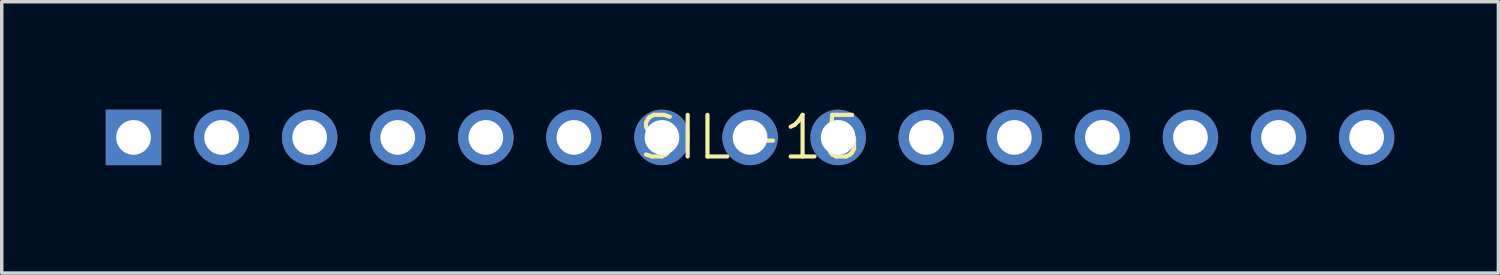
<source format=kicad_pcb>
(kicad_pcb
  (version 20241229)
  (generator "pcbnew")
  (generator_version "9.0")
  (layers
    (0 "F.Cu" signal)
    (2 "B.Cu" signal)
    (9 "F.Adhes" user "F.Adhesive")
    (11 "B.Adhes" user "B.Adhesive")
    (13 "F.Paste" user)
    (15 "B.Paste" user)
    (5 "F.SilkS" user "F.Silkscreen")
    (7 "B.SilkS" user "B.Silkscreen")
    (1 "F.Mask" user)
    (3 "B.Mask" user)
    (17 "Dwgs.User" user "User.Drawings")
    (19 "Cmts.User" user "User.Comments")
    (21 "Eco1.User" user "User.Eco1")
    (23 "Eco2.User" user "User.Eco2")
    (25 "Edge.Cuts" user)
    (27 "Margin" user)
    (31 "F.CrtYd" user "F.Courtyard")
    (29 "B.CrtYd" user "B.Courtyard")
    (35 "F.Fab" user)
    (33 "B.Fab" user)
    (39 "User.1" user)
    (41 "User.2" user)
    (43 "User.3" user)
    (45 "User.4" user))
  (footprint "SIL-15"
    (layer "F.Cu")
    (at 18.58 0.913)
    (property "Reference" "SIL-15" (at 0 0 0) (layer "F.SilkS") (effects (font (size 1.2 1.2) (thickness 0.12))))
    (attr through_hole)
    (pad "1" thru_hole rect (at -17.78 0) (size 1.6 1.6) (drill 1) (layers "*.Cu" "*.Mask"))
    (pad "2" thru_hole circle (at -15.24 0) (size 1.6 1.6) (drill 1) (layers "*.Cu" "*.Mask"))
    (pad "3" thru_hole circle (at -12.7 0) (size 1.6 1.6) (drill 1) (layers "*.Cu" "*.Mask"))
    (pad "4" thru_hole circle (at -10.16 0) (size 1.6 1.6) (drill 1) (layers "*.Cu" "*.Mask"))
    (pad "5" thru_hole circle (at -7.62 0) (size 1.6 1.6) (drill 1) (layers "*.Cu" "*.Mask"))
    (pad "6" thru_hole circle (at -5.08 0) (size 1.6 1.6) (drill 1) (layers "*.Cu" "*.Mask"))
    (pad "7" thru_hole circle (at -2.54 0) (size 1.6 1.6) (drill 1) (layers "*.Cu" "*.Mask"))
    (pad "8" thru_hole circle (at 0 0) (size 1.6 1.6) (drill 1) (layers "*.Cu" "*.Mask"))
    (pad "9" thru_hole circle (at 2.54 0) (size 1.6 1.6) (drill 1) (layers "*.Cu" "*.Mask"))
    (pad "10" thru_hole circle (at 5.08 0) (size 1.6 1.6) (drill 1) (layers "*.Cu" "*.Mask"))
    (pad "11" thru_hole circle (at 7.62 0) (size 1.6 1.6) (drill 1) (layers "*.Cu" "*.Mask"))
    (pad "12" thru_hole circle (at 10.16 0) (size 1.6 1.6) (drill 1) (layers "*.Cu" "*.Mask"))
    (pad "13" thru_hole circle (at 12.7 0) (size 1.6 1.6) (drill 1) (layers "*.Cu" "*.Mask"))
    (pad "14" thru_hole circle (at 15.24 0) (size 1.6 1.6) (drill 1) (layers "*.Cu" "*.Mask"))
    (pad "15" thru_hole circle (at 17.78 0) (size 1.6 1.6) (drill 1) (layers "*.Cu" "*.Mask")))
  (gr_rect
    (start -3 -3)
    (end 40.16 4.825)
    (stroke (width 0.1) (type default))
    (fill no)
    (layer "Edge.Cuts")))
</source>
